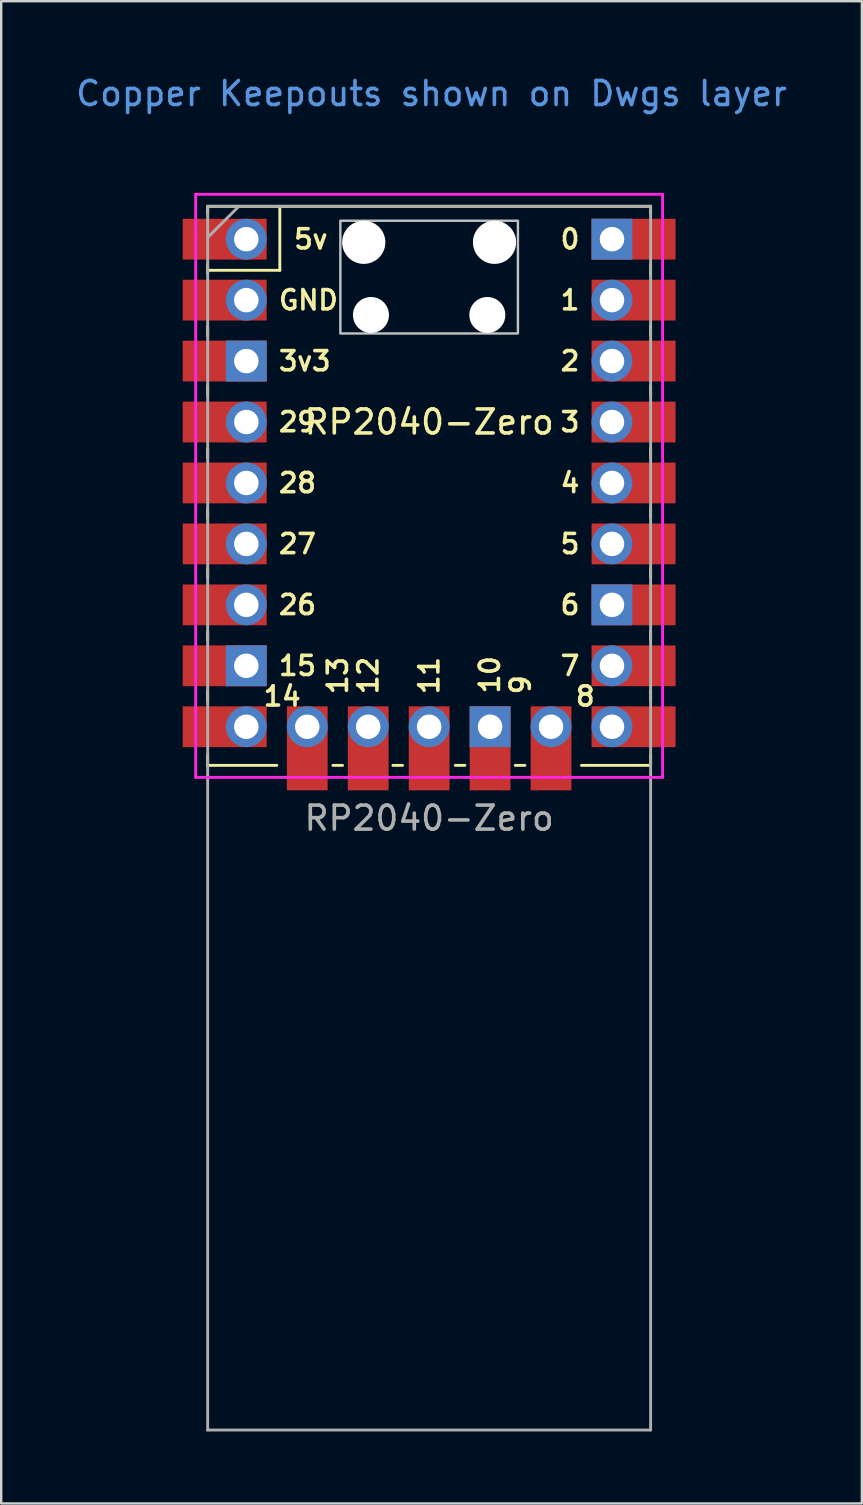
<source format=kicad_pcb>
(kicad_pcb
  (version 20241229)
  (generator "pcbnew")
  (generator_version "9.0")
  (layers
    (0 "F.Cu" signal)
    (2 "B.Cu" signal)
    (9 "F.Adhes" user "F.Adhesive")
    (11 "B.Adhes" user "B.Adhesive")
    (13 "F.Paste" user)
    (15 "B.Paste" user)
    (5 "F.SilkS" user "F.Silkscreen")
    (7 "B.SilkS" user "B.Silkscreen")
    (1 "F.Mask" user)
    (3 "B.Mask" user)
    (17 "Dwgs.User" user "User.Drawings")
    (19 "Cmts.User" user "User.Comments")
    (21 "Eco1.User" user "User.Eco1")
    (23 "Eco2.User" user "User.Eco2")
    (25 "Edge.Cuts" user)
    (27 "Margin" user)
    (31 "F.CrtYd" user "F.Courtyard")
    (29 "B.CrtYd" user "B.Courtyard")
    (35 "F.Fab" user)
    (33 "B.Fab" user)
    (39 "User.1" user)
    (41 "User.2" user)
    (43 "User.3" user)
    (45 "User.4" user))
  (footprint "RP2040-Zero"
    (layer "F.Cu")
    (at 14.835 31.048)
    (property "Reference" "RP2040-Zero" (at 0 -16.51 0) (layer "F.SilkS") (effects (font (size 1 1) (thickness 0.15))))
    (attr through_hole)
    (fp_line (start -9.23 -25.5) (end -9.23 -25.2) (stroke (width 0.12) (type solid)) (layer "F.SilkS"))
    (fp_line (start -9.23 -25.5) (end 9.23 -25.5) (stroke (width 0.12) (type solid)) (layer "F.SilkS"))
    (fp_line (start -9.23 -23.1) (end -9.23 -22.7) (stroke (width 0.12) (type solid)) (layer "F.SilkS"))
    (fp_line (start -9.23 -22.833) (end -6.223 -22.833) (stroke (width 0.12) (type solid)) (layer "F.SilkS"))
    (fp_line (start -9.23 -20.5) (end -9.23 -20.1) (stroke (width 0.12) (type solid)) (layer "F.SilkS"))
    (fp_line (start -9.23 -18) (end -9.23 -17.6) (stroke (width 0.12) (type solid)) (layer "F.SilkS"))
    (fp_line (start -9.23 -15.4) (end -9.23 -15) (stroke (width 0.12) (type solid)) (layer "F.SilkS"))
    (fp_line (start -9.23 -12.9) (end -9.23 -12.5) (stroke (width 0.12) (type solid)) (layer "F.SilkS"))
    (fp_line (start -9.23 -10.4) (end -9.23 -10) (stroke (width 0.12) (type solid)) (layer "F.SilkS"))
    (fp_line (start -9.23 -7.8) (end -9.23 -7.4) (stroke (width 0.12) (type solid)) (layer "F.SilkS"))
    (fp_line (start -9.23 -5.3) (end -9.23 -4.9) (stroke (width 0.12) (type solid)) (layer "F.SilkS"))
    (fp_line (start -9.23 -2.6) (end -9.23 -2.2) (stroke (width 0.12) (type solid)) (layer "F.SilkS"))
    (fp_line (start -6.35 -2.2) (end -9.23 -2.2) (stroke (width 0.12) (type solid)) (layer "F.SilkS"))
    (fp_line (start -6.223 -22.833) (end -6.223 -25.5) (stroke (width 0.12) (type solid)) (layer "F.SilkS"))
    (fp_line (start -4.01 -2.2) (end -3.61 -2.2) (stroke (width 0.12) (type solid)) (layer "F.SilkS"))
    (fp_line (start -1.51 -2.2) (end -1.11 -2.2) (stroke (width 0.12) (type solid)) (layer "F.SilkS"))
    (fp_line (start 1.09 -2.2) (end 1.49 -2.2) (stroke (width 0.12) (type solid)) (layer "F.SilkS"))
    (fp_line (start 3.59 -2.2) (end 3.99 -2.2) (stroke (width 0.12) (type solid)) (layer "F.SilkS"))
    (fp_line (start 9.23 -25.5) (end 9.23 -25.2) (stroke (width 0.12) (type solid)) (layer "F.SilkS"))
    (fp_line (start 9.23 -23.06) (end 9.23 -22.66) (stroke (width 0.12) (type solid)) (layer "F.SilkS"))
    (fp_line (start 9.23 -20.52) (end 9.23 -20.12) (stroke (width 0.12) (type solid)) (layer "F.SilkS"))
    (fp_line (start 9.23 -18.02) (end 9.23 -17.62) (stroke (width 0.12) (type solid)) (layer "F.SilkS"))
    (fp_line (start 9.23 -15.42) (end 9.23 -15.02) (stroke (width 0.12) (type solid)) (layer "F.SilkS"))
    (fp_line (start 9.23 -12.92) (end 9.23 -12.52) (stroke (width 0.12) (type solid)) (layer "F.SilkS"))
    (fp_line (start 9.23 -10.42) (end 9.23 -10.02) (stroke (width 0.12) (type solid)) (layer "F.SilkS"))
    (fp_line (start 9.23 -7.82) (end 9.23 -7.42) (stroke (width 0.12) (type solid)) (layer "F.SilkS"))
    (fp_line (start 9.23 -5.32) (end 9.23 -4.92) (stroke (width 0.12) (type solid)) (layer "F.SilkS"))
    (fp_line (start 9.23 -2.6) (end 9.23 -2.2) (stroke (width 0.12) (type solid)) (layer "F.SilkS"))
    (fp_line (start 9.23 -2.2) (end 6.35 -2.2) (stroke (width 0.12) (type solid)) (layer "F.SilkS"))
    (fp_poly (pts (xy 3.7 -20.2) (xy -3.7 -20.2) (xy -3.7 -24.9) (xy 3.7 -24.9)) (stroke (width 0.1) (type solid)) (fill no) (layer "Dwgs.User"))
    (fp_line (start -9.73 -26) (end 9.73 -26) (stroke (width 0.12) (type solid)) (layer "F.CrtYd"))
    (fp_line (start -9.73 -1.7) (end -9.73 -26) (stroke (width 0.12) (type solid)) (layer "F.CrtYd"))
    (fp_line (start 9.73 -26) (end 9.73 -1.7) (stroke (width 0.12) (type solid)) (layer "F.CrtYd"))
    (fp_line (start 9.73 -1.7) (end -9.73 -1.7) (stroke (width 0.12) (type solid)) (layer "F.CrtYd"))
    (fp_line (start -9.23 -25.5) (end 9.23 -25.5) (stroke (width 0.12) (type solid)) (layer "F.Fab"))
    (fp_line (start -9.23 -24.2) (end -7.93 -25.5) (stroke (width 0.12) (type solid)) (layer "F.Fab"))
    (fp_line (start -9.23 25.5) (end -9.23 -25.5) (stroke (width 0.12) (type solid)) (layer "F.Fab"))
    (fp_line (start 9.23 -25.5) (end 9.23 25.5) (stroke (width 0.12) (type solid)) (layer "F.Fab"))
    (fp_line (start 9.23 25.5) (end -9.23 25.5) (stroke (width 0.12) (type solid)) (layer "F.Fab"))
    (fp_text user "5" (at 6.35 -11.43 0) (layer "F.SilkS") (effects (font (size 0.8 0.8) (thickness 0.15)) (justify right)))
    (fp_text user "1" (at 6.35 -21.59 0) (layer "F.SilkS") (effects (font (size 0.8 0.8) (thickness 0.15)) (justify right)))
    (fp_text user "27" (at -6.35 -11.43 0) (layer "F.SilkS") (effects (font (size 0.8 0.8) (thickness 0.15)) (justify left)))
    (fp_text user "7" (at 6.35 -6.35 0) (layer "F.SilkS") (effects (font (size 0.8 0.8) (thickness 0.15)) (justify right)))
    (fp_text user "2" (at 6.35 -19.05 0) (layer "F.SilkS") (effects (font (size 0.8 0.8) (thickness 0.15)) (justify right)))
    (fp_text user "29" (at -6.35 -16.51 0) (layer "F.SilkS") (effects (font (size 0.8 0.8) (thickness 0.15)) (justify left)))
    (fp_text user "GND" (at -6.35 -21.59 0) (layer "F.SilkS") (effects (font (size 0.8 0.8) (thickness 0.15)) (justify left)))
    (fp_text user "3" (at 6.35 -16.51 0) (layer "F.SilkS") (effects (font (size 0.8 0.8) (thickness 0.15)) (justify right)))
    (fp_text user "4" (at 6.35 -13.97 0) (layer "F.SilkS") (effects (font (size 0.8 0.8) (thickness 0.15)) (justify right)))
    (fp_text user "15" (at -6.35 -6.35 0) (layer "F.SilkS") (effects (font (size 0.8 0.8) (thickness 0.15)) (justify left)))
    (fp_text user "3v3" (at -6.35 -19.05 0) (layer "F.SilkS") (effects (font (size 0.8 0.8) (thickness 0.15)) (justify left)))
    (fp_text user "0" (at 6.35 -24.13 0) (layer "F.SilkS") (effects (font (size 0.8 0.8) (thickness 0.15)) (justify right)))
    (fp_text user "5v" (at -5.715 -24.13 0) (layer "F.SilkS") (effects (font (size 0.8 0.8) (thickness 0.15)) (justify left)))
    (fp_text user "6" (at 6.35 -8.89 0) (layer "F.SilkS") (effects (font (size 0.8 0.8) (thickness 0.15)) (justify right)))
    (fp_text user "13" (at -3.81 -5.08 90) (layer "F.SilkS") (effects (font (size 0.8 0.8) (thickness 0.15)) (justify left)))
    (fp_text user "9" (at 3.81 -5.08 90) (layer "F.SilkS") (effects (font (size 0.8 0.8) (thickness 0.15)) (justify left)))
    (fp_text user "26" (at -6.35 -8.89 0) (layer "F.SilkS") (effects (font (size 0.8 0.8) (thickness 0.15)) (justify left)))
    (fp_text user "10" (at 2.526 -5.116 90) (layer "F.SilkS") (effects (font (size 0.8 0.8) (thickness 0.15)) (justify left)))
    (fp_text user "14" (at -6.985 -5.08 0) (layer "F.SilkS") (effects (font (size 0.8 0.8) (thickness 0.15)) (justify left)))
    (fp_text user "8" (at 6.985 -5.08 0) (layer "F.SilkS") (effects (font (size 0.8 0.8) (thickness 0.15)) (justify right)))
    (fp_text user "28" (at -6.35 -13.97 0) (layer "F.SilkS") (effects (font (size 0.8 0.8) (thickness 0.15)) (justify left)))
    (fp_text user "11" (at 0 -5.08 90) (layer "F.SilkS") (effects (font (size 0.8 0.8) (thickness 0.15)) (justify left)))
    (fp_text user "12" (at -2.54 -5.08 90) (layer "F.SilkS") (effects (font (size 0.8 0.8) (thickness 0.15)) (justify left)))
    (fp_text user "Copper Keepouts shown on Dwgs layer" (at 0.1 -30.2 0) (layer "Cmts.User") (effects (font (size 1 1) (thickness 0.15))))
    (fp_text user "${REFERENCE}" (at 0 0 180) (layer "F.Fab") (effects (font (size 1 1) (thickness 0.15))))
    (pad "" np_thru_hole oval (at -2.725 -24) (size 1.8 1.8) (drill 1.8) (layers "*.Cu" "*.Mask"))
    (pad "" np_thru_hole oval (at -2.425 -20.97) (size 1.5 1.5) (drill 1.5) (layers "*.Cu" "*.Mask"))
    (pad "" np_thru_hole oval (at 2.425 -20.97) (size 1.5 1.5) (drill 1.5) (layers "*.Cu" "*.Mask"))
    (pad "" np_thru_hole oval (at 2.725 -24) (size 1.8 1.8) (drill 1.8) (layers "*.Cu" "*.Mask"))
    (pad "1" thru_hole oval (at -7.62 -24.13) (size 1.7 1.7) (drill 1.02) (layers "*.Cu" "*.Mask"))
    (pad "1" smd rect (at -7.62 -24.13) (size 3.5 1.7) (drill (offset -0.9 0)) (layers "F.Cu" "F.Mask"))
    (pad "2" thru_hole oval (at -7.62 -21.59) (size 1.7 1.7) (drill 1.02) (layers "*.Cu" "*.Mask"))
    (pad "2" smd rect (at -7.62 -21.59) (size 3.5 1.7) (drill (offset -0.9 0)) (layers "F.Cu" "F.Mask"))
    (pad "3" thru_hole rect (at -7.62 -19.05) (size 1.7 1.7) (drill 1.02) (layers "*.Cu" "*.Mask"))
    (pad "3" smd rect (at -7.62 -19.05) (size 3.5 1.7) (drill (offset -0.9 0)) (layers "F.Cu" "F.Mask"))
    (pad "4" thru_hole oval (at -7.62 -16.51) (size 1.7 1.7) (drill 1.02) (layers "*.Cu" "*.Mask"))
    (pad "4" smd rect (at -7.62 -16.51) (size 3.5 1.7) (drill (offset -0.9 0)) (layers "F.Cu" "F.Mask"))
    (pad "5" thru_hole oval (at -7.62 -13.97) (size 1.7 1.7) (drill 1.02) (layers "*.Cu" "*.Mask"))
    (pad "5" smd rect (at -7.62 -13.97) (size 3.5 1.7) (drill (offset -0.9 0)) (layers "F.Cu" "F.Mask"))
    (pad "6" thru_hole oval (at -7.62 -11.43) (size 1.7 1.7) (drill 1.02) (layers "*.Cu" "*.Mask"))
    (pad "6" smd rect (at -7.62 -11.43) (size 3.5 1.7) (drill (offset -0.9 0)) (layers "F.Cu" "F.Mask"))
    (pad "7" thru_hole oval (at -7.62 -8.89) (size 1.7 1.7) (drill 1.02) (layers "*.Cu" "*.Mask"))
    (pad "7" smd rect (at -7.62 -8.89) (size 3.5 1.7) (drill (offset -0.9 0)) (layers "F.Cu" "F.Mask"))
    (pad "8" thru_hole rect (at -7.62 -6.35) (size 1.7 1.7) (drill 1.02) (layers "*.Cu" "*.Mask"))
    (pad "8" smd rect (at -7.62 -6.35) (size 3.5 1.7) (drill (offset -0.9 0)) (layers "F.Cu" "F.Mask"))
    (pad "9" thru_hole oval (at -7.62 -3.81) (size 1.7 1.7) (drill 1.02) (layers "*.Cu" "*.Mask"))
    (pad "9" smd rect (at -7.62 -3.81) (size 3.5 1.7) (drill (offset -0.9 0)) (layers "F.Cu" "F.Mask"))
    (pad "10" thru_hole oval (at -5.08 -3.81 90) (size 1.7 1.7) (drill 1.02) (layers "*.Cu" "*.Mask"))
    (pad "10" smd rect (at -5.08 -3.81 90) (size 3.5 1.7) (drill (offset -0.9 0)) (layers "F.Cu" "F.Mask"))
    (pad "11" thru_hole oval (at -2.54 -3.81 90) (size 1.7 1.7) (drill 1.02) (layers "*.Cu" "*.Mask"))
    (pad "11" smd rect (at -2.54 -3.81 90) (size 3.5 1.7) (drill (offset -0.9 0)) (layers "F.Cu" "F.Mask"))
    (pad "12" thru_hole oval (at 0 -3.81 90) (size 1.7 1.7) (drill 1.02) (layers "*.Cu" "*.Mask"))
    (pad "12" smd rect (at 0 -3.81 90) (size 3.5 1.7) (drill (offset -0.9 0)) (layers "F.Cu" "F.Mask"))
    (pad "13" thru_hole rect (at 2.54 -3.81 90) (size 1.7 1.7) (drill 1.02) (layers "*.Cu" "*.Mask"))
    (pad "13" smd rect (at 2.54 -3.81 90) (size 3.5 1.7) (drill (offset -0.9 0)) (layers "F.Cu" "F.Mask"))
    (pad "14" thru_hole oval (at 5.08 -3.81 90) (size 1.7 1.7) (drill 1.02) (layers "*.Cu" "*.Mask"))
    (pad "14" smd rect (at 5.08 -3.81 90) (size 3.5 1.7) (drill (offset -0.9 0)) (layers "F.Cu" "F.Mask"))
    (pad "15" thru_hole oval (at 7.62 -3.81) (size 1.7 1.7) (drill 1.02) (layers "*.Cu" "*.Mask"))
    (pad "15" smd rect (at 7.62 -3.81) (size 3.5 1.7) (drill (offset 0.9 0)) (layers "F.Cu" "F.Mask"))
    (pad "16" thru_hole oval (at 7.62 -6.35) (size 1.7 1.7) (drill 1.02) (layers "*.Cu" "*.Mask"))
    (pad "16" smd rect (at 7.62 -6.35) (size 3.5 1.7) (drill (offset 0.9 0)) (layers "F.Cu" "F.Mask"))
    (pad "17" thru_hole rect (at 7.62 -8.89) (size 1.7 1.7) (drill 1.02) (layers "*.Cu" "*.Mask"))
    (pad "17" smd rect (at 7.62 -8.89) (size 3.5 1.7) (drill (offset 0.9 0)) (layers "F.Cu" "F.Mask"))
    (pad "18" thru_hole oval (at 7.62 -11.43) (size 1.7 1.7) (drill 1.02) (layers "*.Cu" "*.Mask"))
    (pad "18" smd rect (at 7.62 -11.43) (size 3.5 1.7) (drill (offset 0.9 0)) (layers "F.Cu" "F.Mask"))
    (pad "19" thru_hole oval (at 7.62 -13.97) (size 1.7 1.7) (drill 1.02) (layers "*.Cu" "*.Mask"))
    (pad "19" smd rect (at 7.62 -13.97) (size 3.5 1.7) (drill (offset 0.9 0)) (layers "F.Cu" "F.Mask"))
    (pad "20" thru_hole oval (at 7.62 -16.51) (size 1.7 1.7) (drill 1.02) (layers "*.Cu" "*.Mask"))
    (pad "20" smd rect (at 7.62 -16.51) (size 3.5 1.7) (drill (offset 0.9 0)) (layers "F.Cu" "F.Mask"))
    (pad "21" thru_hole oval (at 7.62 -19.05) (size 1.7 1.7) (drill 1.02) (layers "*.Cu" "*.Mask"))
    (pad "21" smd rect (at 7.62 -19.05) (size 3.5 1.7) (drill (offset 0.9 0)) (layers "F.Cu" "F.Mask"))
    (pad "22" thru_hole oval (at 7.62 -21.59) (size 1.7 1.7) (drill 1.02) (layers "*.Cu" "*.Mask"))
    (pad "22" smd rect (at 7.62 -21.59) (size 3.5 1.7) (drill (offset 0.9 0)) (layers "F.Cu" "F.Mask"))
    (pad "23" thru_hole rect (at 7.62 -24.13) (size 1.7 1.7) (drill 1.02) (layers "*.Cu" "*.Mask"))
    (pad "23" smd rect (at 7.62 -24.13) (size 3.5 1.7) (drill (offset 0.9 0)) (layers "F.Cu" "F.Mask")))
  (gr_rect
    (start -3 -3)
    (end 32.869 59.608)
    (stroke (width 0.1) (type default))
    (fill no)
    (layer "Edge.Cuts")))
</source>
